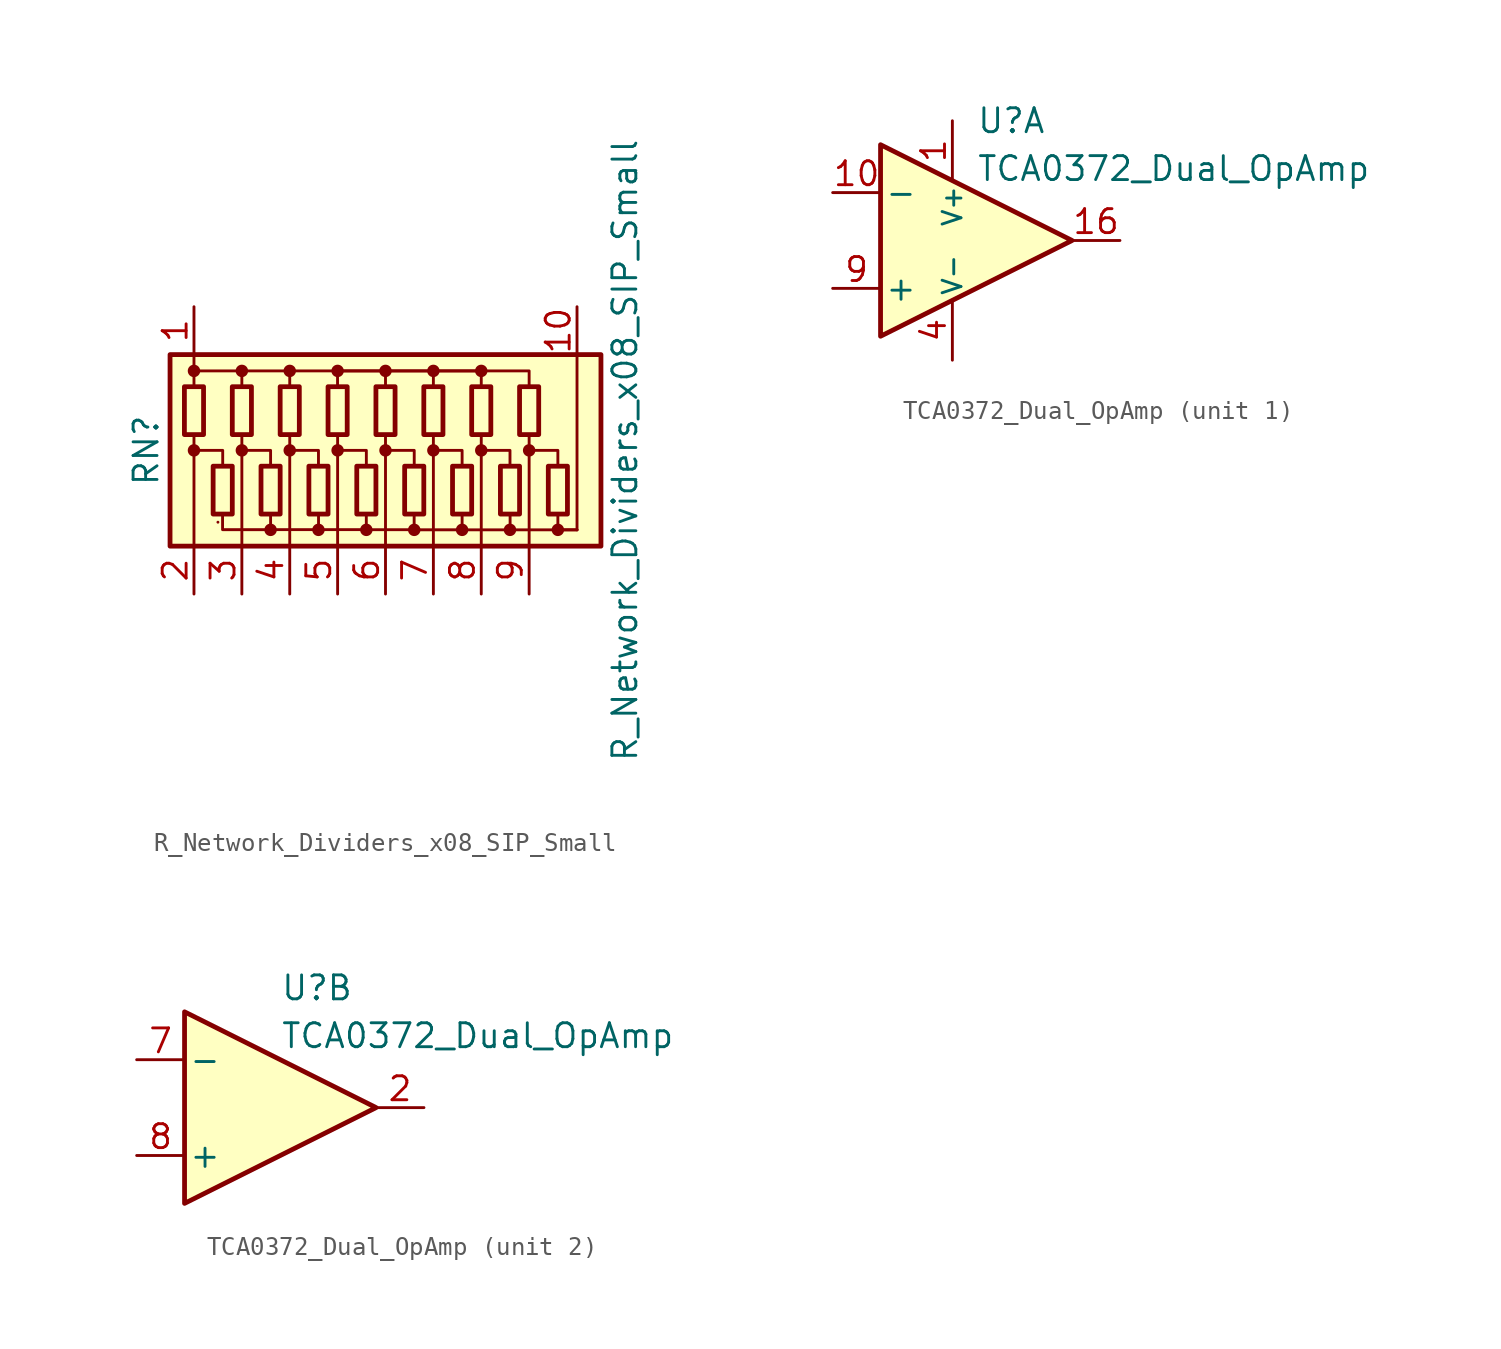
<source format=kicad_sym>
(kicad_symbol_lib
  (version 20231120)
  (generator "kicad_symbol_editor")
  (generator_version "8.0")
  (symbol "R_Network_Dividers_x08_SIP_Small"
    (pin_names
      (offset 0) hide)
    (property "Reference" "RN"
      (at -12.7 0 90)
      (effects (font (size 1.27 1.27))))
    (property "Value" "R_Network_Dividers_x08_SIP_Small"
      (at 12.7 0 90)
      (effects (font (size 1.27 1.27))))
    (symbol "R_Network_Dividers_x08_SIP_Small_0_1"
      (rectangle (start -11.43 5.08) (end 11.43 -5.08) (stroke (width 0.254) (type default)) (fill (type background)))
      (rectangle (start -10.668 3.378) (end -9.652 0.838) (stroke (width 0.254) (type default)) (fill (type none)))
      (circle (center -10.16 0) (radius 0.254) (stroke (width 0) (type default)) (fill (type outline)))
      (circle (center -10.16 4.216) (radius 0.254) (stroke (width 0) (type default)) (fill (type outline)))
      (rectangle (start -9.144 -3.378) (end -8.128 -0.838) (stroke (width 0.254) (type default)) (fill (type none)))
      (rectangle (start -8.128 3.378) (end -7.112 0.838) (stroke (width 0.254) (type default)) (fill (type none)))
      (circle (center -7.62 0) (radius 0.254) (stroke (width 0) (type default)) (fill (type outline)))
      (circle (center -7.62 4.216) (radius 0.254) (stroke (width 0) (type default)) (fill (type outline)))
      (rectangle (start -6.604 -3.378) (end -5.588 -0.838) (stroke (width 0.254) (type default)) (fill (type none)))
      (circle (center -6.096 -4.216) (radius 0.254) (stroke (width 0) (type default)) (fill (type outline)))
      (rectangle (start -5.588 3.378) (end -4.572 0.838) (stroke (width 0.254) (type default)) (fill (type none)))
      (circle (center -5.08 0) (radius 0.254) (stroke (width 0) (type default)) (fill (type outline)))
      (circle (center -5.08 4.216) (radius 0.254) (stroke (width 0) (type default)) (fill (type outline)))
      (rectangle (start -4.064 -3.378) (end -3.048 -0.838) (stroke (width 0.254) (type default)) (fill (type none)))
      (circle (center -3.556 -4.216) (radius 0.254) (stroke (width 0) (type default)) (fill (type outline)))
      (rectangle (start -3.048 3.378) (end -2.032 0.838) (stroke (width 0.254) (type default)) (fill (type none)))
      (circle (center -2.54 0) (radius 0.254) (stroke (width 0) (type default)) (fill (type outline)))
      (circle (center -2.54 4.216) (radius 0.254) (stroke (width 0) (type default)) (fill (type outline)))
      (rectangle (start -1.524 -3.378) (end -0.508 -0.838) (stroke (width 0.254) (type default)) (fill (type none)))
      (circle (center -1.016 -4.216) (radius 0.254) (stroke (width 0) (type default)) (fill (type outline)))
      (rectangle (start -0.508 3.378) (end 0.508 0.838) (stroke (width 0.254) (type default)) (fill (type none)))
      (polyline (pts (xy -10.16 -5.08) (xy -10.16 0.838)) (stroke (width 0) (type default)) (fill (type none)))
      (polyline (pts (xy -10.16 5.08) (xy -10.16 3.378)) (stroke (width 0) (type default)) (fill (type none)))
      (polyline (pts (xy -8.89 -3.81) (xy -8.89 -3.81)) (stroke (width 0) (type default)) (fill (type none)))
      (polyline (pts (xy -7.621 4.216) (xy -7.621 3.368)) (stroke (width 0) (type default)) (fill (type none)))
      (polyline (pts (xy -7.62 -5.08) (xy -7.62 0.838)) (stroke (width 0) (type default)) (fill (type none)))
      (polyline (pts (xy -5.08 -5.08) (xy -5.08 0.838)) (stroke (width 0) (type default)) (fill (type none)))
      (polyline (pts (xy -2.544 4.215) (xy -2.544 3.372)) (stroke (width 0) (type default)) (fill (type none)))
      (polyline (pts (xy -2.54 -5.08) (xy -2.54 0.838)) (stroke (width 0) (type default)) (fill (type none)))
      (polyline (pts (xy 0 -5.08) (xy 0 0.838)) (stroke (width 0) (type default)) (fill (type none)))
      (polyline (pts (xy 2.54 -5.08) (xy 2.54 0.838)) (stroke (width 0) (type default)) (fill (type none)))
      (polyline (pts (xy 5.08 -5.08) (xy 5.08 0.838)) (stroke (width 0) (type default)) (fill (type none)))
      (polyline (pts (xy 6.61 -4.209) (xy 6.61 -3.358)) (stroke (width 0) (type default)) (fill (type none)))
      (polyline (pts (xy 7.62 -5.08) (xy 7.62 0.838)) (stroke (width 0) (type default)) (fill (type none)))
      (polyline (pts (xy 10.16 -4.216) (xy 10.16 5.08)) (stroke (width 0) (type default)) (fill (type none)))
      (polyline (pts (xy -10.16 0) (xy -8.636 0) (xy -8.636 -0.838)) (stroke (width 0) (type default)) (fill (type none)))
      (polyline (pts (xy -10.16 4.216) (xy -5.08 4.216) (xy -5.08 3.378)) (stroke (width 0) (type default)) (fill (type none)))
      (polyline (pts (xy -7.62 0) (xy -6.096 0) (xy -6.096 -0.838)) (stroke (width 0) (type default)) (fill (type none)))
      (polyline (pts (xy -6.096 -4.206) (xy -8.644 -4.206) (xy -8.644 -3.371)) (stroke (width 0) (type default)) (fill (type none)))
      (polyline (pts (xy -5.08 0) (xy -3.556 0) (xy -3.556 -0.838)) (stroke (width 0) (type default)) (fill (type none)))
      (polyline (pts (xy -5.08 4.216) (xy 0 4.216) (xy 0 3.378)) (stroke (width 0) (type default)) (fill (type none)))
      (polyline (pts (xy -3.55 -4.203) (xy -6.096 -4.203) (xy -6.096 -3.354)) (stroke (width 0) (type default)) (fill (type none)))
      (polyline (pts (xy -2.54 0) (xy -1.016 0) (xy -1.016 -0.838)) (stroke (width 0) (type default)) (fill (type none)))
      (polyline (pts (xy -2.54 4.216) (xy 2.54 4.216) (xy 2.54 3.378)) (stroke (width 0) (type default)) (fill (type none)))
      (polyline (pts (xy -1.016 -4.203) (xy -3.553 -4.203) (xy -3.553 -3.377)) (stroke (width 0) (type default)) (fill (type none)))
      (polyline (pts (xy 0 0) (xy 1.524 0) (xy 1.524 -0.838)) (stroke (width 0) (type default)) (fill (type none)))
      (polyline (pts (xy 0 4.216) (xy 5.08 4.216) (xy 5.08 3.378)) (stroke (width 0) (type default)) (fill (type none)))
      (polyline (pts (xy 1.519 -4.209) (xy -1.018 -4.209) (xy -1.018 -3.374)) (stroke (width 0) (type default)) (fill (type none)))
      (polyline (pts (xy 2.54 0) (xy 4.064 0) (xy 4.064 -0.838)) (stroke (width 0) (type default)) (fill (type none)))
      (polyline (pts (xy 2.54 4.216) (xy 7.62 4.216) (xy 7.62 3.378)) (stroke (width 0) (type default)) (fill (type none)))
      (polyline (pts (xy 4.063 -4.213) (xy 1.52 -4.213) (xy 1.52 -3.367)) (stroke (width 0) (type default)) (fill (type none)))
      (polyline (pts (xy 4.064 -3.378) (xy 4.064 -4.216) (xy 10.16 -4.216)) (stroke (width 0) (type default)) (fill (type none)))
      (polyline (pts (xy 5.08 0) (xy 6.604 0) (xy 6.604 -0.838)) (stroke (width 0) (type default)) (fill (type none)))
      (polyline (pts (xy 7.62 0) (xy 9.144 0) (xy 9.144 -0.838)) (stroke (width 0) (type default)) (fill (type none)))
      (polyline (pts (xy 9.144 -3.378) (xy 9.144 -4.216) (xy 10.16 -4.216)) (stroke (width 0) (type default)) (fill (type none)))
      (circle (center 0 0) (radius 0.254) (stroke (width 0) (type default)) (fill (type outline)))
      (circle (center 0 4.216) (radius 0.254) (stroke (width 0) (type default)) (fill (type outline)))
      (rectangle (start 1.016 -3.378) (end 2.032 -0.838) (stroke (width 0.254) (type default)) (fill (type none)))
      (circle (center 1.524 -4.216) (radius 0.254) (stroke (width 0) (type default)) (fill (type outline)))
      (rectangle (start 2.032 3.378) (end 3.048 0.838) (stroke (width 0.254) (type default)) (fill (type none)))
      (circle (center 2.54 0) (radius 0.254) (stroke (width 0) (type default)) (fill (type outline)))
      (circle (center 2.54 4.216) (radius 0.254) (stroke (width 0) (type default)) (fill (type outline)))
      (rectangle (start 3.556 -3.378) (end 4.572 -0.838) (stroke (width 0.254) (type default)) (fill (type none)))
      (circle (center 4.064 -4.216) (radius 0.254) (stroke (width 0) (type default)) (fill (type outline)))
      (rectangle (start 4.572 3.378) (end 5.588 0.838) (stroke (width 0.254) (type default)) (fill (type none)))
      (circle (center 5.08 0) (radius 0.254) (stroke (width 0) (type default)) (fill (type outline)))
      (circle (center 5.08 4.216) (radius 0.254) (stroke (width 0) (type default)) (fill (type outline)))
      (rectangle (start 6.096 -3.378) (end 7.112 -0.838) (stroke (width 0.254) (type default)) (fill (type none)))
      (circle (center 6.604 -4.216) (radius 0.254) (stroke (width 0) (type default)) (fill (type outline)))
      (rectangle (start 7.112 3.378) (end 8.128 0.838) (stroke (width 0.254) (type default)) (fill (type none)))
      (circle (center 7.62 0) (radius 0.254) (stroke (width 0) (type default)) (fill (type outline)))
      (rectangle (start 8.636 -3.378) (end 9.652 -0.838) (stroke (width 0.254) (type default)) (fill (type none)))
      (circle (center 9.144 -4.216) (radius 0.254) (stroke (width 0) (type default)) (fill (type outline))))
    (symbol "R_Network_Dividers_x08_SIP_Small_1_1"
      (pin passive line (at -10.16 7.62 270) (length 2.54) (name "COM1" (effects (font (size 1.27 1.27)))) (number "1" (effects (font (size 1.27 1.27)))))
      (pin passive line (at 10.16 7.62 270) (length 2.54) (name "COM2" (effects (font (size 1.27 1.27)))) (number "10" (effects (font (size 1.27 1.27)))))
      (pin passive line (at -10.16 -7.62 90) (length 2.54) (name "R1" (effects (font (size 1.27 1.27)))) (number "2" (effects (font (size 1.27 1.27)))))
      (pin passive line (at -7.62 -7.62 90) (length 2.54) (name "R2" (effects (font (size 1.27 1.27)))) (number "3" (effects (font (size 1.27 1.27)))))
      (pin passive line (at -5.08 -7.62 90) (length 2.54) (name "R3" (effects (font (size 1.27 1.27)))) (number "4" (effects (font (size 1.27 1.27)))))
      (pin passive line (at -2.54 -7.62 90) (length 2.54) (name "R4" (effects (font (size 1.27 1.27)))) (number "5" (effects (font (size 1.27 1.27)))))
      (pin passive line (at 0 -7.62 90) (length 2.54) (name "R5" (effects (font (size 1.27 1.27)))) (number "6" (effects (font (size 1.27 1.27)))))
      (pin passive line (at 2.54 -7.62 90) (length 2.54) (name "R6" (effects (font (size 1.27 1.27)))) (number "7" (effects (font (size 1.27 1.27)))))
      (pin passive line (at 5.08 -7.62 90) (length 2.54) (name "R7" (effects (font (size 1.27 1.27)))) (number "8" (effects (font (size 1.27 1.27)))))
      (pin passive line (at 7.62 -7.62 90) (length 2.54) (name "R8" (effects (font (size 1.27 1.27)))) (number "9" (effects (font (size 1.27 1.27)))))))
  (symbol "TCA0372_Dual_OpAmp"
    (pin_names
      (offset 0.2))
    (property "Reference" "U"
      (at 1.27 6.35 0)
      (effects (font (size 1.27 1.27)) (justify left)))
    (property "Value" "TCA0372_Dual_OpAmp"
      (at 1.27 3.81 0)
      (effects (font (size 1.27 1.27)) (justify left)))
    (property "ki_locked" ""
      (at 0 0 0)
      (effects (font (size 1.27 1.27))))
    (symbol "TCA0372_Dual_OpAmp_0_1"
      (polyline (pts (xy -3.81 5.08) (xy -3.81 -5.08) (xy 6.35 0) (xy -3.81 5.08)) (stroke (width 0.254) (type default)) (fill (type background))))
    (symbol "TCA0372_Dual_OpAmp_1_1"
      (pin power_in line (at 0 6.35 270) (length 3.18) (name "V+" (effects (font (size 1 1)))) (number "1" (effects (font (size 1.27 1.27)))))
      (pin input line (at -6.35 2.54 0) (length 2.54) (name "-" (effects (font (size 1.27 1.27)))) (number "10" (effects (font (size 1.27 1.27)))))
      (pin power_in line (at 0 -6.35 90) (length 3.18) hide (name "V-" (effects (font (size 1 1)))) (number "12" (effects (font (size 1.27 1.27)))))
      (pin power_in line (at 0 -6.35 90) (length 3.18) hide (name "V-" (effects (font (size 1 1)))) (number "13" (effects (font (size 1.27 1.27)))))
      (pin output line (at 8.89 0 180) (length 2.54) (name "~" (effects (font (size 1.27 1.27)))) (number "16" (effects (font (size 1.27 1.27)))))
      (pin power_in line (at 0 -6.35 90) (length 3.18) (name "V-" (effects (font (size 1 1)))) (number "4" (effects (font (size 1.27 1.27)))))
      (pin power_in line (at 0 -6.35 90) (length 3.18) hide (name "V-" (effects (font (size 1 1)))) (number "5" (effects (font (size 1.27 1.27)))))
      (pin input line (at -6.35 -2.54 0) (length 2.54) (name "+" (effects (font (size 1.27 1.27)))) (number "9" (effects (font (size 1.27 1.27))))))
    (symbol "TCA0372_Dual_OpAmp_2_1"
      (pin output line (at 8.89 0 180) (length 2.54) (name "~" (effects (font (size 1.27 1.27)))) (number "2" (effects (font (size 1.27 1.27)))))
      (pin input line (at -6.35 2.54 0) (length 2.54) (name "-" (effects (font (size 1.27 1.27)))) (number "7" (effects (font (size 1.27 1.27)))))
      (pin input line (at -6.35 -2.54 0) (length 2.54) (name "+" (effects (font (size 1.27 1.27)))) (number "8" (effects (font (size 1.27 1.27))))))))
</source>
